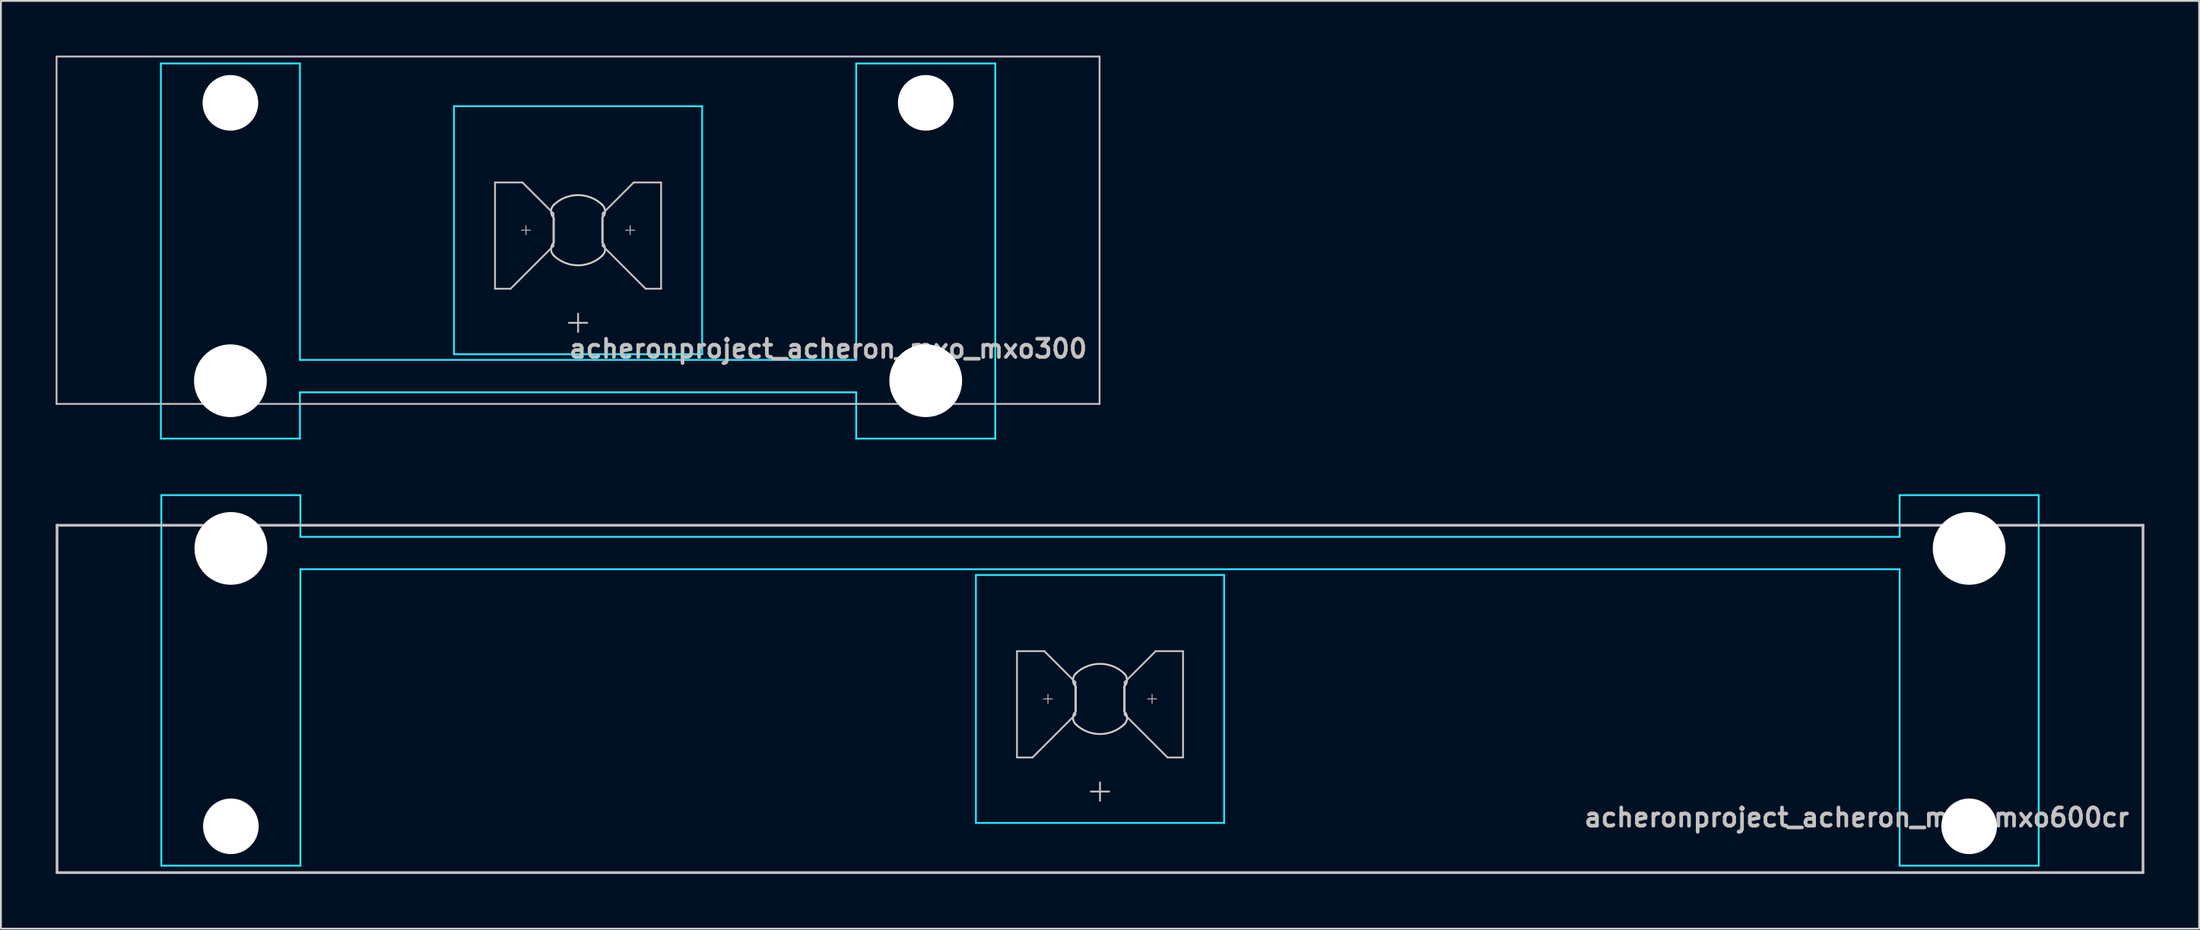
<source format=kicad_pcb>
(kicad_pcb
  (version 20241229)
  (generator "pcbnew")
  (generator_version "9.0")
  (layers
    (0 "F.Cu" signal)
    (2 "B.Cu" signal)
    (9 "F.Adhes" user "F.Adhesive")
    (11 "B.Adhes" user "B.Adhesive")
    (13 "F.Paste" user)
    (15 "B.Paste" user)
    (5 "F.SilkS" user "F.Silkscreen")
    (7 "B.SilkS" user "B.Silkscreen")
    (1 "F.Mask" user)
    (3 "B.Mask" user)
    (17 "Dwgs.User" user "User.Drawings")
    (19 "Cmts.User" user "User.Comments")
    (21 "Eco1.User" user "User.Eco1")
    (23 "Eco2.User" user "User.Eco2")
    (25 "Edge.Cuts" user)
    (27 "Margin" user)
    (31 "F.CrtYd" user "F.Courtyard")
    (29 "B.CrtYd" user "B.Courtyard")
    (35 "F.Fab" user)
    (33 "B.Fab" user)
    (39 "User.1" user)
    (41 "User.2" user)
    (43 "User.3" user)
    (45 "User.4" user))
  (footprint "acheronproject_acheron_mxo_mxo600cr"
    (layer "F.Cu")
    (at 57.225 35.281)
    (property "Reference" "acheronproject_acheron_mxo_mxo600cr" (at 56.5 6.5 0) (layer "Dwgs.User") (effects (font (size 1 1) (thickness 0.2)) (justify right)))
    (attr through_hole)
    (fp_line (start -57.15 -9.525) (end 57.15 -9.525) (stroke (width 0.15) (type solid)) (layer "Dwgs.User"))
    (fp_line (start -57.15 9.525) (end -57.15 -9.525) (stroke (width 0.15) (type solid)) (layer "Dwgs.User"))
    (fp_line (start -57.15 9.525) (end 57.15 9.525) (stroke (width 0.15) (type solid)) (layer "Dwgs.User"))
    (fp_line (start -4.55 -2.62) (end -3.05 -2.62) (stroke (width 0.1) (type solid)) (layer "Dwgs.User"))
    (fp_line (start -4.55 3.21) (end -4.55 -2.62) (stroke (width 0.1) (type solid)) (layer "Dwgs.User"))
    (fp_line (start -3.7 3.21) (end -4.55 3.21) (stroke (width 0.1) (type solid)) (layer "Dwgs.User"))
    (fp_line (start -3.103 0) (end -2.603 0) (stroke (width 0.05) (type solid)) (layer "Dwgs.User"))
    (fp_line (start -3.05 -2.62) (end -1.35 -0.92) (stroke (width 0.1) (type solid)) (layer "Dwgs.User"))
    (fp_line (start -2.853 -0.25) (end -2.853 0.25) (stroke (width 0.05) (type solid)) (layer "Dwgs.User"))
    (fp_line (start -1.35 -0.92) (end -1.35 0.86) (stroke (width 0.1) (type solid)) (layer "Dwgs.User"))
    (fp_line (start -1.35 0.86) (end -3.7 3.21) (stroke (width 0.1) (type solid)) (layer "Dwgs.User"))
    (fp_line (start -0.5 5.08) (end 0.5 5.08) (stroke (width 0.1) (type solid)) (layer "Dwgs.User"))
    (fp_line (start 0 4.58) (end 0 5.58) (stroke (width 0.1) (type solid)) (layer "Dwgs.User"))
    (fp_line (start 1.35 -0.92) (end 1.35 0.86) (stroke (width 0.1) (type solid)) (layer "Dwgs.User"))
    (fp_line (start 1.35 0.86) (end 3.7 3.21) (stroke (width 0.1) (type solid)) (layer "Dwgs.User"))
    (fp_line (start 2.603 0) (end 3.103 0) (stroke (width 0.05) (type solid)) (layer "Dwgs.User"))
    (fp_line (start 2.853 -0.25) (end 2.853 0.25) (stroke (width 0.05) (type solid)) (layer "Dwgs.User"))
    (fp_line (start 3.05 -2.62) (end 1.35 -0.92) (stroke (width 0.1) (type solid)) (layer "Dwgs.User"))
    (fp_line (start 3.7 3.21) (end 4.55 3.21) (stroke (width 0.1) (type solid)) (layer "Dwgs.User"))
    (fp_line (start 4.55 -2.62) (end 3.05 -2.62) (stroke (width 0.1) (type solid)) (layer "Dwgs.User"))
    (fp_line (start 4.55 3.21) (end 4.55 -2.62) (stroke (width 0.1) (type solid)) (layer "Dwgs.User"))
    (fp_line (start 57.15 -9.525) (end 57.15 9.525) (stroke (width 0.15) (type solid)) (layer "Dwgs.User"))
    (fp_line (start -51.125 -8.515) (end -51.125 5.485) (stroke (width 0.1) (type solid)) (layer "Eco1.User"))
    (fp_line (start -50.625 -9.015) (end -44.625 -9.015) (stroke (width 0.1) (type solid)) (layer "Eco1.User"))
    (fp_line (start -44.625 5.985) (end -50.625 5.985) (stroke (width 0.1) (type solid)) (layer "Eco1.User"))
    (fp_line (start -44.125 5.485) (end -44.125 -8.515) (stroke (width 0.1) (type solid)) (layer "Eco1.User"))
    (fp_line (start -7 -6.5) (end -7 6.5) (stroke (width 0.1) (type solid)) (layer "Eco1.User"))
    (fp_line (start -6.5 7) (end 6.5 7) (stroke (width 0.1) (type solid)) (layer "Eco1.User"))
    (fp_line (start 6.5 -7) (end -6.5 -7) (stroke (width 0.1) (type solid)) (layer "Eco1.User"))
    (fp_line (start 7 6.5) (end 7 -6.5) (stroke (width 0.1) (type solid)) (layer "Eco1.User"))
    (fp_line (start 44.125 -8.515) (end 44.125 5.485) (stroke (width 0.1) (type solid)) (layer "Eco1.User"))
    (fp_line (start 44.625 -9.015) (end 50.625 -9.015) (stroke (width 0.1) (type solid)) (layer "Eco1.User"))
    (fp_line (start 50.625 5.985) (end 44.625 5.985) (stroke (width 0.1) (type solid)) (layer "Eco1.User"))
    (fp_line (start 51.125 5.485) (end 51.125 -8.515) (stroke (width 0.1) (type solid)) (layer "Eco1.User"))
    (fp_arc (start -51.125 -8.515) (mid -50.978553 -8.868553) (end -50.625 -9.015) (stroke (width 0.1) (type solid)) (layer "Eco1.User"))
    (fp_arc (start -50.625 5.985) (mid -50.978553 5.838553) (end -51.125 5.485) (stroke (width 0.1) (type solid)) (layer "Eco1.User"))
    (fp_arc (start -44.625 -9.015) (mid -44.271447 -8.868553) (end -44.125 -8.515) (stroke (width 0.1) (type solid)) (layer "Eco1.User"))
    (fp_arc (start -44.125 5.485) (mid -44.271447 5.838553) (end -44.625 5.985) (stroke (width 0.1) (type solid)) (layer "Eco1.User"))
    (fp_arc (start -7 -6.5) (mid -6.853553 -6.853553) (end -6.5 -7) (stroke (width 0.1) (type solid)) (layer "Eco1.User"))
    (fp_arc (start -6.5 7) (mid -6.853553 6.853553) (end -7 6.5) (stroke (width 0.1) (type solid)) (layer "Eco1.User"))
    (fp_arc (start 6.5 -7) (mid 6.853553 -6.853553) (end 7 -6.5) (stroke (width 0.1) (type solid)) (layer "Eco1.User"))
    (fp_arc (start 7 6.5) (mid 6.853553 6.853553) (end 6.5 7) (stroke (width 0.1) (type solid)) (layer "Eco1.User"))
    (fp_arc (start 44.125 -8.515) (mid 44.271447 -8.868553) (end 44.625 -9.015) (stroke (width 0.1) (type solid)) (layer "Eco1.User"))
    (fp_arc (start 44.625 5.985) (mid 44.271447 5.838553) (end 44.125 5.485) (stroke (width 0.1) (type solid)) (layer "Eco1.User"))
    (fp_arc (start 50.625 -9.015) (mid 50.978553 -8.868553) (end 51.125 -8.515) (stroke (width 0.1) (type solid)) (layer "Eco1.User"))
    (fp_arc (start 51.125 5.485) (mid 50.978553 5.838553) (end 50.625 5.985) (stroke (width 0.1) (type solid)) (layer "Eco1.User"))
    (fp_line (start -1.325 -0.671) (end -1.325 0.671) (stroke (width 0.1) (type solid)) (layer "Edge.Cuts"))
    (fp_line (start 1.325 0.671) (end 1.325 -0.671) (stroke (width 0.1) (type solid)) (layer "Edge.Cuts"))
    (fp_arc (start -1.325 -1.396424) (mid 0 -1.925) (end 1.325 -1.396424) (stroke (width 0.1) (type solid)) (layer "Edge.Cuts"))
    (fp_arc (start -1.325 -0.671009) (mid -1.480844 -1.033717) (end -1.325 -1.396424) (stroke (width 0.1) (type solid)) (layer "Edge.Cuts"))
    (fp_arc (start -1.325 1.396424) (mid -1.480844 1.033717) (end -1.325 0.671009) (stroke (width 0.1) (type solid)) (layer "Edge.Cuts"))
    (fp_arc (start 1.325 -1.396424) (mid 1.480844 -1.033717) (end 1.325 -0.671009) (stroke (width 0.1) (type solid)) (layer "Edge.Cuts"))
    (fp_arc (start 1.325 0.671009) (mid 1.480844 1.033717) (end 1.325 1.396424) (stroke (width 0.1) (type solid)) (layer "Edge.Cuts"))
    (fp_arc (start 1.325 1.396424) (mid 0 1.925) (end -1.325 1.396424) (stroke (width 0.1) (type solid)) (layer "Edge.Cuts"))
    (fp_line (start -51.435 9.144) (end -51.435 -11.176) (stroke (width 0.1) (type solid)) (layer "B.CrtYd"))
    (fp_line (start -43.815 -11.176) (end -51.435 -11.176) (stroke (width 0.1) (type solid)) (layer "B.CrtYd"))
    (fp_line (start -43.815 -8.89) (end -43.815 -11.176) (stroke (width 0.1) (type solid)) (layer "B.CrtYd"))
    (fp_line (start -43.815 -7.112) (end -43.815 9.144) (stroke (width 0.1) (type solid)) (layer "B.CrtYd"))
    (fp_line (start -43.815 9.144) (end -51.435 9.144) (stroke (width 0.1) (type solid)) (layer "B.CrtYd"))
    (fp_line (start -6.8 -6.8) (end -6.8 6.8) (stroke (width 0.1) (type solid)) (layer "B.CrtYd"))
    (fp_line (start -6.8 -6.8) (end 6.8 -6.8) (stroke (width 0.1) (type solid)) (layer "B.CrtYd"))
    (fp_line (start -6.8 6.8) (end 6.8 6.8) (stroke (width 0.1) (type solid)) (layer "B.CrtYd"))
    (fp_line (start 6.8 6.8) (end 6.8 -6.8) (stroke (width 0.1) (type solid)) (layer "B.CrtYd"))
    (fp_line (start 43.815 -8.89) (end -43.815 -8.89) (stroke (width 0.1) (type solid)) (layer "B.CrtYd"))
    (fp_line (start 43.815 -8.89) (end 43.815 -11.176) (stroke (width 0.1) (type solid)) (layer "B.CrtYd"))
    (fp_line (start 43.815 -7.112) (end -43.815 -7.112) (stroke (width 0.1) (type solid)) (layer "B.CrtYd"))
    (fp_line (start 43.815 -7.112) (end 43.815 9.144) (stroke (width 0.1) (type solid)) (layer "B.CrtYd"))
    (fp_line (start 51.435 -11.176) (end 43.815 -11.176) (stroke (width 0.1) (type solid)) (layer "B.CrtYd"))
    (fp_line (start 51.435 9.144) (end 43.815 9.144) (stroke (width 0.1) (type solid)) (layer "B.CrtYd"))
    (fp_line (start 51.435 9.144) (end 51.435 -11.176) (stroke (width 0.1) (type solid)) (layer "B.CrtYd"))
    (pad "" np_thru_hole circle (at -47.625 -8.255) (size 3.988 3.988) (drill 3.988) (layers "*.Cu" "*.Mask"))
    (pad "" np_thru_hole circle (at -47.625 6.985) (size 3.048 3.048) (drill 3.048) (layers "*.Cu" "*.Mask"))
    (pad "" np_thru_hole circle (at 47.625 -8.255) (size 3.988 3.988) (drill 3.988) (layers "*.Cu" "*.Mask"))
    (pad "" np_thru_hole circle (at 47.625 6.985) (size 3.048 3.048) (drill 3.048) (layers "*.Cu" "*.Mask")))
  (footprint "acheronproject_acheron_mxo_mxo300"
    (layer "F.Cu")
    (at 28.625 9.575)
    (property "Reference" "acheronproject_acheron_mxo_mxo300" (at 28 6.5 0) (layer "Dwgs.User") (effects (font (size 1 1) (thickness 0.2)) (justify right)))
    (attr through_hole)
    (fp_line (start -28.575 -9.525) (end -28.575 9.525) (stroke (width 0.1) (type solid)) (layer "Dwgs.User"))
    (fp_line (start -28.575 -9.525) (end 28.575 -9.525) (stroke (width 0.1) (type solid)) (layer "Dwgs.User"))
    (fp_line (start -28.575 9.525) (end 28.575 9.525) (stroke (width 0.1) (type solid)) (layer "Dwgs.User"))
    (fp_line (start -4.55 -2.62) (end -3.05 -2.62) (stroke (width 0.1) (type solid)) (layer "Dwgs.User"))
    (fp_line (start -4.55 3.21) (end -4.55 -2.62) (stroke (width 0.1) (type solid)) (layer "Dwgs.User"))
    (fp_line (start -3.7 3.21) (end -4.55 3.21) (stroke (width 0.1) (type solid)) (layer "Dwgs.User"))
    (fp_line (start -3.103 0) (end -2.603 0) (stroke (width 0.05) (type solid)) (layer "Dwgs.User"))
    (fp_line (start -3.05 -2.62) (end -1.35 -0.92) (stroke (width 0.1) (type solid)) (layer "Dwgs.User"))
    (fp_line (start -2.853 -0.25) (end -2.853 0.25) (stroke (width 0.05) (type solid)) (layer "Dwgs.User"))
    (fp_line (start -1.35 -0.92) (end -1.35 0.86) (stroke (width 0.1) (type solid)) (layer "Dwgs.User"))
    (fp_line (start -1.35 0.86) (end -3.7 3.21) (stroke (width 0.1) (type solid)) (layer "Dwgs.User"))
    (fp_line (start -0.5 5.08) (end 0.5 5.08) (stroke (width 0.1) (type solid)) (layer "Dwgs.User"))
    (fp_line (start 0 4.58) (end 0 5.58) (stroke (width 0.1) (type solid)) (layer "Dwgs.User"))
    (fp_line (start 1.35 -0.92) (end 1.35 0.86) (stroke (width 0.1) (type solid)) (layer "Dwgs.User"))
    (fp_line (start 1.35 0.86) (end 3.7 3.21) (stroke (width 0.1) (type solid)) (layer "Dwgs.User"))
    (fp_line (start 2.603 0) (end 3.103 0) (stroke (width 0.05) (type solid)) (layer "Dwgs.User"))
    (fp_line (start 2.853 -0.25) (end 2.853 0.25) (stroke (width 0.05) (type solid)) (layer "Dwgs.User"))
    (fp_line (start 3.05 -2.62) (end 1.35 -0.92) (stroke (width 0.1) (type solid)) (layer "Dwgs.User"))
    (fp_line (start 3.7 3.21) (end 4.55 3.21) (stroke (width 0.1) (type solid)) (layer "Dwgs.User"))
    (fp_line (start 4.55 -2.62) (end 3.05 -2.62) (stroke (width 0.1) (type solid)) (layer "Dwgs.User"))
    (fp_line (start 4.55 3.21) (end 4.55 -2.62) (stroke (width 0.1) (type solid)) (layer "Dwgs.User"))
    (fp_line (start 28.575 -9.525) (end 28.575 9.525) (stroke (width 0.1) (type solid)) (layer "Dwgs.User"))
    (fp_line (start -22.55 -5.485) (end -22.55 8.515) (stroke (width 0.1) (type solid)) (layer "Eco1.User"))
    (fp_line (start -22.05 -5.985) (end -16.05 -5.985) (stroke (width 0.1) (type solid)) (layer "Eco1.User"))
    (fp_line (start -16.05 9.015) (end -22.05 9.015) (stroke (width 0.1) (type solid)) (layer "Eco1.User"))
    (fp_line (start -15.55 8.515) (end -15.55 -5.485) (stroke (width 0.1) (type solid)) (layer "Eco1.User"))
    (fp_line (start -7 -6.5) (end -7 6.5) (stroke (width 0.1) (type solid)) (layer "Eco1.User"))
    (fp_line (start -6.5 7) (end 6.5 7) (stroke (width 0.1) (type solid)) (layer "Eco1.User"))
    (fp_line (start 6.5 -7) (end -6.5 -7) (stroke (width 0.1) (type solid)) (layer "Eco1.User"))
    (fp_line (start 7 6.5) (end 7 -6.5) (stroke (width 0.1) (type solid)) (layer "Eco1.User"))
    (fp_line (start 15.55 -5.485) (end 15.55 8.515) (stroke (width 0.1) (type solid)) (layer "Eco1.User"))
    (fp_line (start 16.05 -5.985) (end 22.05 -5.985) (stroke (width 0.1) (type solid)) (layer "Eco1.User"))
    (fp_line (start 22.05 9.015) (end 16.05 9.015) (stroke (width 0.1) (type solid)) (layer "Eco1.User"))
    (fp_line (start 22.55 8.515) (end 22.55 -5.485) (stroke (width 0.1) (type solid)) (layer "Eco1.User"))
    (fp_arc (start -22.55 -5.485) (mid -22.403553 -5.838553) (end -22.05 -5.985) (stroke (width 0.1) (type solid)) (layer "Eco1.User"))
    (fp_arc (start -22.05 9.015) (mid -22.403553 8.868553) (end -22.55 8.515) (stroke (width 0.1) (type solid)) (layer "Eco1.User"))
    (fp_arc (start -16.05 -5.985) (mid -15.696447 -5.838553) (end -15.55 -5.485) (stroke (width 0.1) (type solid)) (layer "Eco1.User"))
    (fp_arc (start -15.55 8.515) (mid -15.696447 8.868553) (end -16.05 9.015) (stroke (width 0.1) (type solid)) (layer "Eco1.User"))
    (fp_arc (start -7 -6.5) (mid -6.853553 -6.853553) (end -6.5 -7) (stroke (width 0.1) (type solid)) (layer "Eco1.User"))
    (fp_arc (start -6.5 7) (mid -6.853553 6.853553) (end -7 6.5) (stroke (width 0.1) (type solid)) (layer "Eco1.User"))
    (fp_arc (start 6.5 -7) (mid 6.853553 -6.853553) (end 7 -6.5) (stroke (width 0.1) (type solid)) (layer "Eco1.User"))
    (fp_arc (start 7 6.5) (mid 6.853553 6.853553) (end 6.5 7) (stroke (width 0.1) (type solid)) (layer "Eco1.User"))
    (fp_arc (start 15.55 -5.485) (mid 15.696447 -5.838553) (end 16.05 -5.985) (stroke (width 0.1) (type solid)) (layer "Eco1.User"))
    (fp_arc (start 16.05 9.015) (mid 15.696447 8.868553) (end 15.55 8.515) (stroke (width 0.1) (type solid)) (layer "Eco1.User"))
    (fp_arc (start 22.05 -5.985) (mid 22.403553 -5.838553) (end 22.55 -5.485) (stroke (width 0.1) (type solid)) (layer "Eco1.User"))
    (fp_arc (start 22.55 8.515) (mid 22.403553 8.868553) (end 22.05 9.015) (stroke (width 0.1) (type solid)) (layer "Eco1.User"))
    (fp_line (start -1.325 -0.671) (end -1.325 0.671) (stroke (width 0.1) (type solid)) (layer "Edge.Cuts"))
    (fp_line (start 1.325 0.671) (end 1.325 -0.671) (stroke (width 0.1) (type solid)) (layer "Edge.Cuts"))
    (fp_arc (start -1.325 -1.396424) (mid 0 -1.925) (end 1.325 -1.396424) (stroke (width 0.1) (type solid)) (layer "Edge.Cuts"))
    (fp_arc (start -1.325 -0.671009) (mid -1.480844 -1.033717) (end -1.325 -1.396424) (stroke (width 0.1) (type solid)) (layer "Edge.Cuts"))
    (fp_arc (start -1.325 1.396424) (mid -1.480844 1.033717) (end -1.325 0.671009) (stroke (width 0.1) (type solid)) (layer "Edge.Cuts"))
    (fp_arc (start 1.325 -1.396424) (mid 1.480844 -1.033717) (end 1.325 -0.671009) (stroke (width 0.1) (type solid)) (layer "Edge.Cuts"))
    (fp_arc (start 1.325 0.671009) (mid 1.480844 1.033717) (end 1.325 1.396424) (stroke (width 0.1) (type solid)) (layer "Edge.Cuts"))
    (fp_arc (start 1.325 1.396424) (mid 0 1.925) (end -1.325 1.396424) (stroke (width 0.1) (type solid)) (layer "Edge.Cuts"))
    (fp_line (start -22.86 -9.144) (end -15.24 -9.144) (stroke (width 0.1) (type solid)) (layer "B.CrtYd"))
    (fp_line (start -22.86 11.43) (end -22.86 -9.144) (stroke (width 0.1) (type solid)) (layer "B.CrtYd"))
    (fp_line (start -15.24 -9.144) (end -15.24 7.112) (stroke (width 0.1) (type solid)) (layer "B.CrtYd"))
    (fp_line (start -15.24 7.112) (end 15.24 7.112) (stroke (width 0.1) (type solid)) (layer "B.CrtYd"))
    (fp_line (start -15.24 8.89) (end 15.24 8.89) (stroke (width 0.1) (type solid)) (layer "B.CrtYd"))
    (fp_line (start -15.24 11.43) (end -22.86 11.43) (stroke (width 0.1) (type solid)) (layer "B.CrtYd"))
    (fp_line (start -15.24 11.43) (end -15.24 8.89) (stroke (width 0.1) (type solid)) (layer "B.CrtYd"))
    (fp_line (start -6.8 6.8) (end -6.8 -6.8) (stroke (width 0.1) (type solid)) (layer "B.CrtYd"))
    (fp_line (start 6.8 -6.8) (end -6.8 -6.8) (stroke (width 0.1) (type solid)) (layer "B.CrtYd"))
    (fp_line (start 6.8 6.8) (end -6.8 6.8) (stroke (width 0.1) (type solid)) (layer "B.CrtYd"))
    (fp_line (start 6.8 6.8) (end 6.8 -6.8) (stroke (width 0.1) (type solid)) (layer "B.CrtYd"))
    (fp_line (start 15.24 -9.144) (end 15.24 7.112) (stroke (width 0.1) (type solid)) (layer "B.CrtYd"))
    (fp_line (start 15.24 -9.144) (end 22.86 -9.144) (stroke (width 0.1) (type solid)) (layer "B.CrtYd"))
    (fp_line (start 15.24 11.43) (end 15.24 8.89) (stroke (width 0.1) (type solid)) (layer "B.CrtYd"))
    (fp_line (start 22.86 -9.144) (end 22.86 11.43) (stroke (width 0.1) (type solid)) (layer "B.CrtYd"))
    (fp_line (start 22.86 11.43) (end 15.24 11.43) (stroke (width 0.1) (type solid)) (layer "B.CrtYd"))
    (pad "" np_thru_hole circle (at -19.05 -6.985) (size 3.048 3.048) (drill 3.048) (layers "*.Cu" "*.Mask"))
    (pad "" np_thru_hole circle (at -19.05 8.255) (size 3.988 3.988) (drill 3.988) (layers "*.Cu" "*.Mask"))
    (pad "" np_thru_hole circle (at 19.05 -6.985) (size 3.048 3.048) (drill 3.048) (layers "*.Cu" "*.Mask"))
    (pad "" np_thru_hole circle (at 19.05 8.255) (size 3.988 3.988) (drill 3.988) (layers "*.Cu" "*.Mask")))
  (gr_rect
    (start -3 -3)
    (end 117.45 47.881)
    (stroke (width 0.1) (type default))
    (fill no)
    (layer "Edge.Cuts")))
</source>
